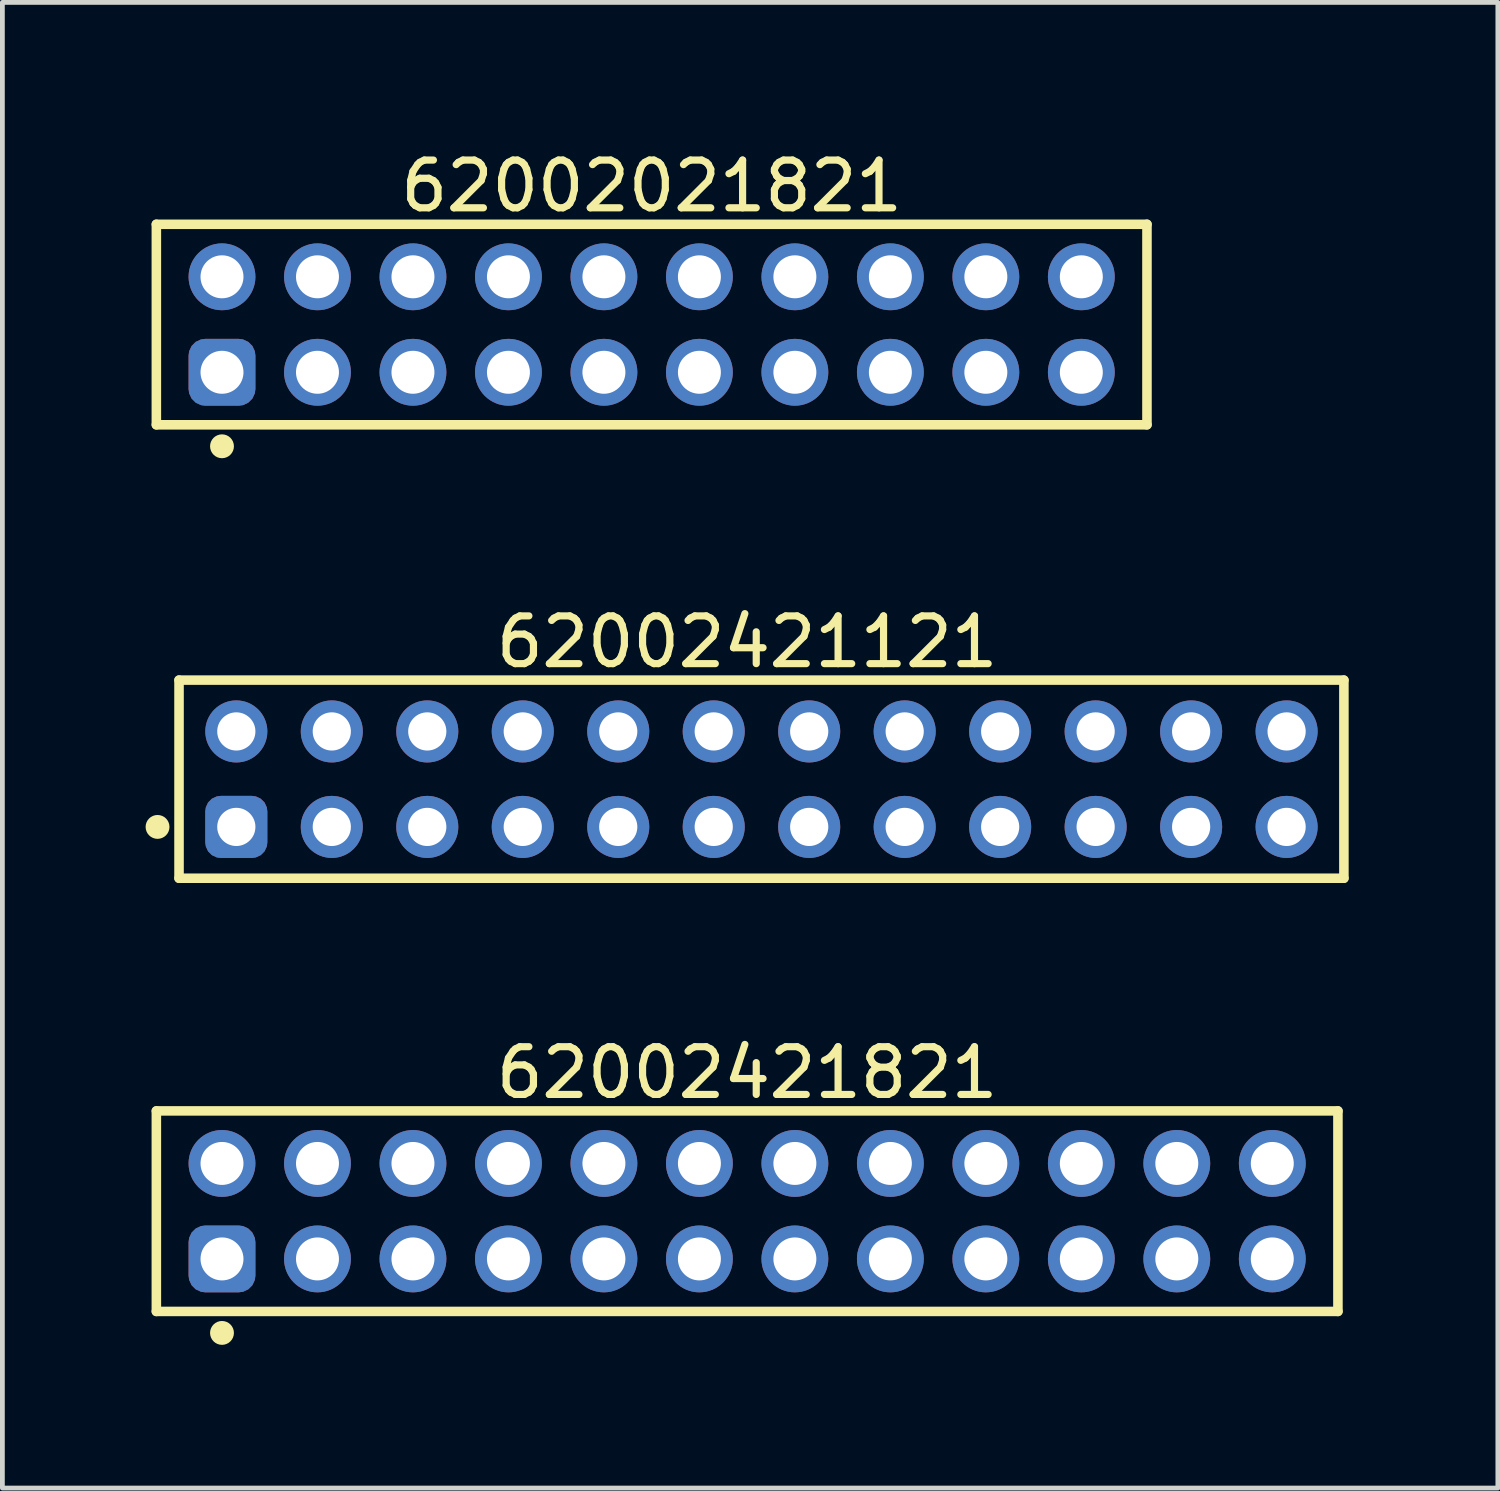
<source format=kicad_pcb>
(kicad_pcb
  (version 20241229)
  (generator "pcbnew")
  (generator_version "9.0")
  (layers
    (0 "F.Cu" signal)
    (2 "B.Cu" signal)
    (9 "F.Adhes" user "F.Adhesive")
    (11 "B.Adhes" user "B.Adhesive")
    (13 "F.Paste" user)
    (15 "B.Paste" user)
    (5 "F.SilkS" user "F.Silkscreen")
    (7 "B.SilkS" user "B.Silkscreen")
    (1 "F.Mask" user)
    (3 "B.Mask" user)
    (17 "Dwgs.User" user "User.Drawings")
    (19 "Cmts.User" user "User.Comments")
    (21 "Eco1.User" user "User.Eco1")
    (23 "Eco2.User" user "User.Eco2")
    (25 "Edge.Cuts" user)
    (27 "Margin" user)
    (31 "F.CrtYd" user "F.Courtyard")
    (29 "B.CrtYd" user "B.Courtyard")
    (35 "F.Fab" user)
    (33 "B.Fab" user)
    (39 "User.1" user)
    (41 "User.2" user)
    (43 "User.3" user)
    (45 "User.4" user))
  (footprint "62002421121"
    (layer "F.Cu")
    (at 12.9 13.271)
    (property "Reference" "62002421121" (at -0.3 -2.875 0) (layer "F.SilkS") (effects (font (size 1 1) (thickness 0.15))))
    (fp_line (start -12.2 -2.075) (end 12.2 -2.075) (stroke (width 0.2) (type solid)) (layer "F.SilkS"))
    (fp_line (start -12.2 2.075) (end -12.2 -2.075) (stroke (width 0.2) (type solid)) (layer "F.SilkS"))
    (fp_line (start -12.2 2.075) (end 12.2 2.075) (stroke (width 0.2) (type solid)) (layer "F.SilkS"))
    (fp_line (start 12.2 2.075) (end 12.2 -2.075) (stroke (width 0.2) (type solid)) (layer "F.SilkS"))
    (fp_circle (center -12.65 1) (end -12.65 0.875) (stroke (width 0.25) (type solid)) (fill no) (layer "F.SilkS"))
    (fp_line (start -12.4 -2.275) (end 12.4 -2.275) (stroke (width 0.05) (type solid)) (layer "Eco2.User"))
    (fp_line (start -12.4 2.275) (end -12.4 -2.275) (stroke (width 0.05) (type solid)) (layer "Eco2.User"))
    (fp_line (start -12.4 2.275) (end 12.4 2.275) (stroke (width 0.05) (type solid)) (layer "Eco2.User"))
    (fp_line (start -12 -2) (end 12 -2) (stroke (width 0.1) (type solid)) (layer "Eco2.User"))
    (fp_line (start -12 2) (end -12 -2) (stroke (width 0.1) (type solid)) (layer "Eco2.User"))
    (fp_line (start -12 2) (end 12 2) (stroke (width 0.1) (type solid)) (layer "Eco2.User"))
    (fp_line (start -0.5 0) (end 0.5 0) (stroke (width 0.05) (type solid)) (layer "Eco2.User"))
    (fp_line (start 0 0.5) (end 0 -0.5) (stroke (width 0.05) (type solid)) (layer "Eco2.User"))
    (fp_line (start 12 2) (end 12 -2) (stroke (width 0.1) (type solid)) (layer "Eco2.User"))
    (fp_line (start 12.4 2.275) (end 12.4 -2.275) (stroke (width 0.05) (type solid)) (layer "Eco2.User"))
    (fp_text user "${REFERENCE}" (at 0.15 -0.197 0) (unlocked yes) (layer "User.3") (effects (font (size 1.5 1.5) (thickness 0.15))))
    (pad "1" thru_hole roundrect (at -11 1) (size 1.3 1.3) (drill 0.8) (layers "*.Cu" "*.Mask") (roundrect_rratio 0.25))
    (pad "2" thru_hole circle (at -11 -1) (size 1.3 1.3) (drill 0.8) (layers "*.Cu" "*.Mask"))
    (pad "3" thru_hole circle (at -9 1) (size 1.3 1.3) (drill 0.8) (layers "*.Cu" "*.Mask"))
    (pad "4" thru_hole circle (at -9 -1) (size 1.3 1.3) (drill 0.8) (layers "*.Cu" "*.Mask"))
    (pad "5" thru_hole circle (at -7 1) (size 1.3 1.3) (drill 0.8) (layers "*.Cu" "*.Mask"))
    (pad "6" thru_hole circle (at -7 -1) (size 1.3 1.3) (drill 0.8) (layers "*.Cu" "*.Mask"))
    (pad "7" thru_hole circle (at -5 1) (size 1.3 1.3) (drill 0.8) (layers "*.Cu" "*.Mask"))
    (pad "8" thru_hole circle (at -5 -1) (size 1.3 1.3) (drill 0.8) (layers "*.Cu" "*.Mask"))
    (pad "9" thru_hole circle (at -3 1) (size 1.3 1.3) (drill 0.8) (layers "*.Cu" "*.Mask"))
    (pad "10" thru_hole circle (at -3 -1) (size 1.3 1.3) (drill 0.8) (layers "*.Cu" "*.Mask"))
    (pad "11" thru_hole circle (at -1 1) (size 1.3 1.3) (drill 0.8) (layers "*.Cu" "*.Mask"))
    (pad "12" thru_hole circle (at -1 -1) (size 1.3 1.3) (drill 0.8) (layers "*.Cu" "*.Mask"))
    (pad "13" thru_hole circle (at 1 1) (size 1.3 1.3) (drill 0.8) (layers "*.Cu" "*.Mask"))
    (pad "14" thru_hole circle (at 1 -1) (size 1.3 1.3) (drill 0.8) (layers "*.Cu" "*.Mask"))
    (pad "15" thru_hole circle (at 3 1) (size 1.3 1.3) (drill 0.8) (layers "*.Cu" "*.Mask"))
    (pad "16" thru_hole circle (at 3 -1) (size 1.3 1.3) (drill 0.8) (layers "*.Cu" "*.Mask"))
    (pad "17" thru_hole circle (at 5 1) (size 1.3 1.3) (drill 0.8) (layers "*.Cu" "*.Mask"))
    (pad "18" thru_hole circle (at 5 -1) (size 1.3 1.3) (drill 0.8) (layers "*.Cu" "*.Mask"))
    (pad "19" thru_hole circle (at 7 1) (size 1.3 1.3) (drill 0.8) (layers "*.Cu" "*.Mask"))
    (pad "20" thru_hole circle (at 7 -1) (size 1.3 1.3) (drill 0.8) (layers "*.Cu" "*.Mask"))
    (pad "21" thru_hole circle (at 9 1) (size 1.3 1.3) (drill 0.8) (layers "*.Cu" "*.Mask"))
    (pad "22" thru_hole circle (at 9 -1) (size 1.3 1.3) (drill 0.8) (layers "*.Cu" "*.Mask"))
    (pad "23" thru_hole circle (at 11 1) (size 1.3 1.3) (drill 0.8) (layers "*.Cu" "*.Mask"))
    (pad "24" thru_hole circle (at 11 -1) (size 1.3 1.3) (drill 0.8) (layers "*.Cu" "*.Mask")))
  (footprint "62002021821"
    (layer "F.Cu")
    (at 10.6 3.748)
    (property "Reference" "62002021821" (at 0 -2.9 0) (layer "F.SilkS") (effects (font (size 1 1) (thickness 0.15))))
    (fp_line (start -10.375 -2.1) (end 10.375 -2.1) (stroke (width 0.2) (type solid)) (layer "F.SilkS"))
    (fp_line (start -10.375 2.1) (end -10.375 -2.1) (stroke (width 0.2) (type solid)) (layer "F.SilkS"))
    (fp_line (start -10.375 2.1) (end 10.375 2.1) (stroke (width 0.2) (type solid)) (layer "F.SilkS"))
    (fp_line (start 10.375 2.1) (end 10.375 -2.1) (stroke (width 0.2) (type solid)) (layer "F.SilkS"))
    (fp_circle (center -9 2.55) (end -9 2.425) (stroke (width 0.25) (type solid)) (fill no) (layer "F.SilkS"))
    (fp_line (start -10.575 -2.3) (end 10.575 -2.3) (stroke (width 0.05) (type solid)) (layer "Eco2.User"))
    (fp_line (start -10.575 2.3) (end -10.575 -2.3) (stroke (width 0.05) (type solid)) (layer "Eco2.User"))
    (fp_line (start -10.575 2.3) (end 10.575 2.3) (stroke (width 0.05) (type solid)) (layer "Eco2.User"))
    (fp_line (start -10.2 -2) (end 10.2 -2) (stroke (width 0.1) (type solid)) (layer "Eco2.User"))
    (fp_line (start -10.2 2) (end -10.2 -2) (stroke (width 0.1) (type solid)) (layer "Eco2.User"))
    (fp_line (start -10.2 2) (end 10.2 2) (stroke (width 0.1) (type solid)) (layer "Eco2.User"))
    (fp_line (start -0.5 0) (end 0.5 0) (stroke (width 0.05) (type solid)) (layer "Eco2.User"))
    (fp_line (start 0 0.5) (end 0 -0.5) (stroke (width 0.05) (type solid)) (layer "Eco2.User"))
    (fp_line (start 10.2 2) (end 10.2 -2) (stroke (width 0.1) (type solid)) (layer "Eco2.User"))
    (fp_line (start 10.575 2.3) (end 10.575 -2.3) (stroke (width 0.05) (type solid)) (layer "Eco2.User"))
    (fp_text user "${REFERENCE}" (at 0.1 -0.131 0) (unlocked yes) (layer "User.3") (effects (font (size 1 1) (thickness 0.1))))
    (pad "1" thru_hole roundrect (at -9 1) (size 1.4 1.4) (drill 0.9) (layers "*.Cu" "*.Mask") (roundrect_rratio 0.25))
    (pad "2" thru_hole circle (at -9 -1) (size 1.4 1.4) (drill 0.9) (layers "*.Cu" "*.Mask"))
    (pad "3" thru_hole circle (at -7 1) (size 1.4 1.4) (drill 0.9) (layers "*.Cu" "*.Mask"))
    (pad "4" thru_hole circle (at -7 -1) (size 1.4 1.4) (drill 0.9) (layers "*.Cu" "*.Mask"))
    (pad "5" thru_hole circle (at -5 1) (size 1.4 1.4) (drill 0.9) (layers "*.Cu" "*.Mask"))
    (pad "6" thru_hole circle (at -5 -1) (size 1.4 1.4) (drill 0.9) (layers "*.Cu" "*.Mask"))
    (pad "7" thru_hole circle (at -3 1) (size 1.4 1.4) (drill 0.9) (layers "*.Cu" "*.Mask"))
    (pad "8" thru_hole circle (at -3 -1) (size 1.4 1.4) (drill 0.9) (layers "*.Cu" "*.Mask"))
    (pad "9" thru_hole circle (at -1 1) (size 1.4 1.4) (drill 0.9) (layers "*.Cu" "*.Mask"))
    (pad "10" thru_hole circle (at -1 -1) (size 1.4 1.4) (drill 0.9) (layers "*.Cu" "*.Mask"))
    (pad "11" thru_hole circle (at 1 1) (size 1.4 1.4) (drill 0.9) (layers "*.Cu" "*.Mask"))
    (pad "12" thru_hole circle (at 1 -1) (size 1.4 1.4) (drill 0.9) (layers "*.Cu" "*.Mask"))
    (pad "13" thru_hole circle (at 3 1) (size 1.4 1.4) (drill 0.9) (layers "*.Cu" "*.Mask"))
    (pad "14" thru_hole circle (at 3 -1) (size 1.4 1.4) (drill 0.9) (layers "*.Cu" "*.Mask"))
    (pad "15" thru_hole circle (at 5 1) (size 1.4 1.4) (drill 0.9) (layers "*.Cu" "*.Mask"))
    (pad "16" thru_hole circle (at 5 -1) (size 1.4 1.4) (drill 0.9) (layers "*.Cu" "*.Mask"))
    (pad "17" thru_hole circle (at 7 1) (size 1.4 1.4) (drill 0.9) (layers "*.Cu" "*.Mask"))
    (pad "18" thru_hole circle (at 7 -1) (size 1.4 1.4) (drill 0.9) (layers "*.Cu" "*.Mask"))
    (pad "19" thru_hole circle (at 9 1) (size 1.4 1.4) (drill 0.9) (layers "*.Cu" "*.Mask"))
    (pad "20" thru_hole circle (at 9 -1) (size 1.4 1.4) (drill 0.9) (layers "*.Cu" "*.Mask")))
  (footprint "62002421821"
    (layer "F.Cu")
    (at 12.6 22.32)
    (property "Reference" "62002421821" (at 0 -2.9 0) (layer "F.SilkS") (effects (font (size 1 1) (thickness 0.15))))
    (fp_line (start -12.375 -2.1) (end 12.375 -2.1) (stroke (width 0.2) (type solid)) (layer "F.SilkS"))
    (fp_line (start -12.375 2.1) (end -12.375 -2.1) (stroke (width 0.2) (type solid)) (layer "F.SilkS"))
    (fp_line (start -12.375 2.1) (end 12.375 2.1) (stroke (width 0.2) (type solid)) (layer "F.SilkS"))
    (fp_line (start 12.375 2.1) (end 12.375 -2.1) (stroke (width 0.2) (type solid)) (layer "F.SilkS"))
    (fp_circle (center -11 2.55) (end -11 2.425) (stroke (width 0.25) (type solid)) (fill no) (layer "F.SilkS"))
    (fp_line (start -12.575 -2.3) (end 12.575 -2.3) (stroke (width 0.05) (type solid)) (layer "Eco2.User"))
    (fp_line (start -12.575 2.3) (end -12.575 -2.3) (stroke (width 0.05) (type solid)) (layer "Eco2.User"))
    (fp_line (start -12.575 2.3) (end 12.575 2.3) (stroke (width 0.05) (type solid)) (layer "Eco2.User"))
    (fp_line (start -12.2 -2) (end 12.2 -2) (stroke (width 0.1) (type solid)) (layer "Eco2.User"))
    (fp_line (start -12.2 2) (end -12.2 -2) (stroke (width 0.1) (type solid)) (layer "Eco2.User"))
    (fp_line (start -12.2 2) (end 12.2 2) (stroke (width 0.1) (type solid)) (layer "Eco2.User"))
    (fp_line (start -0.5 0) (end 0.5 0) (stroke (width 0.05) (type solid)) (layer "Eco2.User"))
    (fp_line (start 0 0.5) (end 0 -0.5) (stroke (width 0.05) (type solid)) (layer "Eco2.User"))
    (fp_line (start 12.2 2) (end 12.2 -2) (stroke (width 0.1) (type solid)) (layer "Eco2.User"))
    (fp_line (start 12.575 2.3) (end 12.575 -2.3) (stroke (width 0.05) (type solid)) (layer "Eco2.User"))
    (fp_text user "${REFERENCE}" (at 0.1 -0.131 0) (unlocked yes) (layer "User.3") (effects (font (size 1 1) (thickness 0.1))))
    (pad "1" thru_hole roundrect (at -11 1) (size 1.4 1.4) (drill 0.9) (layers "*.Cu" "*.Mask") (roundrect_rratio 0.25))
    (pad "2" thru_hole circle (at -11 -1) (size 1.4 1.4) (drill 0.9) (layers "*.Cu" "*.Mask"))
    (pad "3" thru_hole circle (at -9 1) (size 1.4 1.4) (drill 0.9) (layers "*.Cu" "*.Mask"))
    (pad "4" thru_hole circle (at -9 -1) (size 1.4 1.4) (drill 0.9) (layers "*.Cu" "*.Mask"))
    (pad "5" thru_hole circle (at -7 1) (size 1.4 1.4) (drill 0.9) (layers "*.Cu" "*.Mask"))
    (pad "6" thru_hole circle (at -7 -1) (size 1.4 1.4) (drill 0.9) (layers "*.Cu" "*.Mask"))
    (pad "7" thru_hole circle (at -5 1) (size 1.4 1.4) (drill 0.9) (layers "*.Cu" "*.Mask"))
    (pad "8" thru_hole circle (at -5 -1) (size 1.4 1.4) (drill 0.9) (layers "*.Cu" "*.Mask"))
    (pad "9" thru_hole circle (at -3 1) (size 1.4 1.4) (drill 0.9) (layers "*.Cu" "*.Mask"))
    (pad "10" thru_hole circle (at -3 -1) (size 1.4 1.4) (drill 0.9) (layers "*.Cu" "*.Mask"))
    (pad "11" thru_hole circle (at -1 1) (size 1.4 1.4) (drill 0.9) (layers "*.Cu" "*.Mask"))
    (pad "12" thru_hole circle (at -1 -1) (size 1.4 1.4) (drill 0.9) (layers "*.Cu" "*.Mask"))
    (pad "13" thru_hole circle (at 1 1) (size 1.4 1.4) (drill 0.9) (layers "*.Cu" "*.Mask"))
    (pad "14" thru_hole circle (at 1 -1) (size 1.4 1.4) (drill 0.9) (layers "*.Cu" "*.Mask"))
    (pad "15" thru_hole circle (at 3 1) (size 1.4 1.4) (drill 0.9) (layers "*.Cu" "*.Mask"))
    (pad "16" thru_hole circle (at 3 -1) (size 1.4 1.4) (drill 0.9) (layers "*.Cu" "*.Mask"))
    (pad "17" thru_hole circle (at 5 1) (size 1.4 1.4) (drill 0.9) (layers "*.Cu" "*.Mask"))
    (pad "18" thru_hole circle (at 5 -1) (size 1.4 1.4) (drill 0.9) (layers "*.Cu" "*.Mask"))
    (pad "19" thru_hole circle (at 7 1) (size 1.4 1.4) (drill 0.9) (layers "*.Cu" "*.Mask"))
    (pad "20" thru_hole circle (at 7 -1) (size 1.4 1.4) (drill 0.9) (layers "*.Cu" "*.Mask"))
    (pad "21" thru_hole circle (at 9 1) (size 1.4 1.4) (drill 0.9) (layers "*.Cu" "*.Mask"))
    (pad "22" thru_hole circle (at 9 -1) (size 1.4 1.4) (drill 0.9) (layers "*.Cu" "*.Mask"))
    (pad "23" thru_hole circle (at 11 1) (size 1.4 1.4) (drill 0.9) (layers "*.Cu" "*.Mask"))
    (pad "24" thru_hole circle (at 11 -1) (size 1.4 1.4) (drill 0.9) (layers "*.Cu" "*.Mask")))
  (gr_rect
    (start -3 -3)
    (end 28.325 28.12)
    (stroke (width 0.1) (type default))
    (fill no)
    (layer "Edge.Cuts")))
</source>
